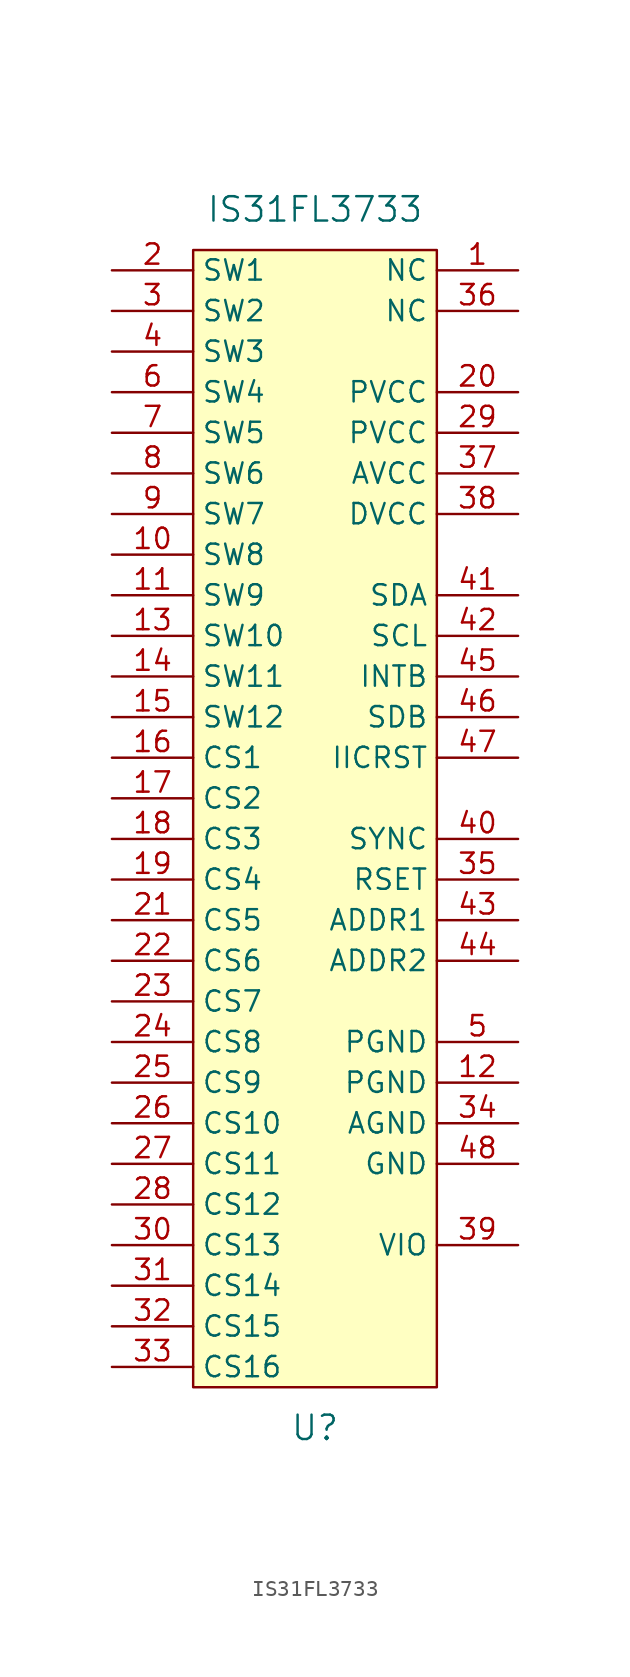
<source format=kicad_sym>
(kicad_symbol_lib
  (version 20200126)
  (host kicad_symbol_editor "(5.99.0-1933-g2401ed587)")
  (symbol "ck-parts:IS31FL3733"
    (property "Reference" "U"
      (at 0 -41.91 0)
      (effects (font (size 1.524 1.524))))
    (property "Value" "IS31FL3733"
      (at 0 34.29 0)
      (effects (font (size 1.524 1.524))))
    (symbol "IS31FL3733_0_1"
      (rectangle (start -7.62 31.75) (end 7.62 -39.37) (stroke (width 0)) (fill (type background))))
    (symbol "IS31FL3733_1_1"
      (pin input line (at 12.7 30.48 180) (length 5.08) (name "NC" (effects (font (size 1.27 1.27)))) (number "1" (effects (font (size 1.27 1.27)))))
      (pin input line (at -12.7 30.48 0) (length 5.08) (name "SW1" (effects (font (size 1.27 1.27)))) (number "2" (effects (font (size 1.27 1.27)))))
      (pin input line (at -12.7 27.94 0) (length 5.08) (name "SW2" (effects (font (size 1.27 1.27)))) (number "3" (effects (font (size 1.27 1.27)))))
      (pin input line (at -12.7 25.4 0) (length 5.08) (name "SW3" (effects (font (size 1.27 1.27)))) (number "4" (effects (font (size 1.27 1.27)))))
      (pin input line (at 12.7 -17.78 180) (length 5.08) (name "PGND" (effects (font (size 1.27 1.27)))) (number "5" (effects (font (size 1.27 1.27)))))
      (pin input line (at -12.7 22.86 0) (length 5.08) (name "SW4" (effects (font (size 1.27 1.27)))) (number "6" (effects (font (size 1.27 1.27)))))
      (pin input line (at -12.7 20.32 0) (length 5.08) (name "SW5" (effects (font (size 1.27 1.27)))) (number "7" (effects (font (size 1.27 1.27)))))
      (pin input line (at -12.7 17.78 0) (length 5.08) (name "SW6" (effects (font (size 1.27 1.27)))) (number "8" (effects (font (size 1.27 1.27)))))
      (pin input line (at -12.7 15.24 0) (length 5.08) (name "SW7" (effects (font (size 1.27 1.27)))) (number "9" (effects (font (size 1.27 1.27)))))
      (pin input line (at -12.7 12.7 0) (length 5.08) (name "SW8" (effects (font (size 1.27 1.27)))) (number "10" (effects (font (size 1.27 1.27)))))
      (pin input line (at 12.7 22.86 180) (length 5.08) (name "PVCC" (effects (font (size 1.27 1.27)))) (number "20" (effects (font (size 1.27 1.27)))))
      (pin input line (at -12.7 -30.48 0) (length 5.08) (name "CS13" (effects (font (size 1.27 1.27)))) (number "30" (effects (font (size 1.27 1.27)))))
      (pin input line (at 12.7 -5.08 180) (length 5.08) (name "SYNC" (effects (font (size 1.27 1.27)))) (number "40" (effects (font (size 1.27 1.27)))))
      (pin input line (at -12.7 10.16 0) (length 5.08) (name "SW9" (effects (font (size 1.27 1.27)))) (number "11" (effects (font (size 1.27 1.27)))))
      (pin input line (at -12.7 -10.16 0) (length 5.08) (name "CS5" (effects (font (size 1.27 1.27)))) (number "21" (effects (font (size 1.27 1.27)))))
      (pin input line (at -12.7 -33.02 0) (length 5.08) (name "CS14" (effects (font (size 1.27 1.27)))) (number "31" (effects (font (size 1.27 1.27)))))
      (pin input line (at 12.7 10.16 180) (length 5.08) (name "SDA" (effects (font (size 1.27 1.27)))) (number "41" (effects (font (size 1.27 1.27)))))
      (pin input line (at 12.7 -20.32 180) (length 5.08) (name "PGND" (effects (font (size 1.27 1.27)))) (number "12" (effects (font (size 1.27 1.27)))))
      (pin input line (at -12.7 -12.7 0) (length 5.08) (name "CS6" (effects (font (size 1.27 1.27)))) (number "22" (effects (font (size 1.27 1.27)))))
      (pin input line (at -12.7 -35.56 0) (length 5.08) (name "CS15" (effects (font (size 1.27 1.27)))) (number "32" (effects (font (size 1.27 1.27)))))
      (pin input line (at 12.7 7.62 180) (length 5.08) (name "SCL" (effects (font (size 1.27 1.27)))) (number "42" (effects (font (size 1.27 1.27)))))
      (pin input line (at -12.7 7.62 0) (length 5.08) (name "SW10" (effects (font (size 1.27 1.27)))) (number "13" (effects (font (size 1.27 1.27)))))
      (pin input line (at -12.7 -15.24 0) (length 5.08) (name "CS7" (effects (font (size 1.27 1.27)))) (number "23" (effects (font (size 1.27 1.27)))))
      (pin input line (at -12.7 -38.1 0) (length 5.08) (name "CS16" (effects (font (size 1.27 1.27)))) (number "33" (effects (font (size 1.27 1.27)))))
      (pin input line (at 12.7 -10.16 180) (length 5.08) (name "ADDR1" (effects (font (size 1.27 1.27)))) (number "43" (effects (font (size 1.27 1.27)))))
      (pin input line (at -12.7 5.08 0) (length 5.08) (name "SW11" (effects (font (size 1.27 1.27)))) (number "14" (effects (font (size 1.27 1.27)))))
      (pin input line (at -12.7 -17.78 0) (length 5.08) (name "CS8" (effects (font (size 1.27 1.27)))) (number "24" (effects (font (size 1.27 1.27)))))
      (pin input line (at 12.7 -22.86 180) (length 5.08) (name "AGND" (effects (font (size 1.27 1.27)))) (number "34" (effects (font (size 1.27 1.27)))))
      (pin input line (at 12.7 -12.7 180) (length 5.08) (name "ADDR2" (effects (font (size 1.27 1.27)))) (number "44" (effects (font (size 1.27 1.27)))))
      (pin input line (at -12.7 2.54 0) (length 5.08) (name "SW12" (effects (font (size 1.27 1.27)))) (number "15" (effects (font (size 1.27 1.27)))))
      (pin input line (at -12.7 -20.32 0) (length 5.08) (name "CS9" (effects (font (size 1.27 1.27)))) (number "25" (effects (font (size 1.27 1.27)))))
      (pin input line (at 12.7 -7.62 180) (length 5.08) (name "RSET" (effects (font (size 1.27 1.27)))) (number "35" (effects (font (size 1.27 1.27)))))
      (pin input line (at 12.7 5.08 180) (length 5.08) (name "INTB" (effects (font (size 1.27 1.27)))) (number "45" (effects (font (size 1.27 1.27)))))
      (pin input line (at -12.7 0 0) (length 5.08) (name "CS1" (effects (font (size 1.27 1.27)))) (number "16" (effects (font (size 1.27 1.27)))))
      (pin input line (at -12.7 -22.86 0) (length 5.08) (name "CS10" (effects (font (size 1.27 1.27)))) (number "26" (effects (font (size 1.27 1.27)))))
      (pin input line (at 12.7 27.94 180) (length 5.08) (name "NC" (effects (font (size 1.27 1.27)))) (number "36" (effects (font (size 1.27 1.27)))))
      (pin input line (at 12.7 2.54 180) (length 5.08) (name "SDB" (effects (font (size 1.27 1.27)))) (number "46" (effects (font (size 1.27 1.27)))))
      (pin input line (at -12.7 -2.54 0) (length 5.08) (name "CS2" (effects (font (size 1.27 1.27)))) (number "17" (effects (font (size 1.27 1.27)))))
      (pin input line (at -12.7 -25.4 0) (length 5.08) (name "CS11" (effects (font (size 1.27 1.27)))) (number "27" (effects (font (size 1.27 1.27)))))
      (pin input line (at 12.7 17.78 180) (length 5.08) (name "AVCC" (effects (font (size 1.27 1.27)))) (number "37" (effects (font (size 1.27 1.27)))))
      (pin input line (at 12.7 0 180) (length 5.08) (name "IICRST" (effects (font (size 1.27 1.27)))) (number "47" (effects (font (size 1.27 1.27)))))
      (pin input line (at -12.7 -5.08 0) (length 5.08) (name "CS3" (effects (font (size 1.27 1.27)))) (number "18" (effects (font (size 1.27 1.27)))))
      (pin input line (at -12.7 -27.94 0) (length 5.08) (name "CS12" (effects (font (size 1.27 1.27)))) (number "28" (effects (font (size 1.27 1.27)))))
      (pin input line (at 12.7 15.24 180) (length 5.08) (name "DVCC" (effects (font (size 1.27 1.27)))) (number "38" (effects (font (size 1.27 1.27)))))
      (pin input line (at 12.7 -25.4 180) (length 5.08) (name "GND" (effects (font (size 1.27 1.27)))) (number "48" (effects (font (size 1.27 1.27)))))
      (pin input line (at -12.7 -7.62 0) (length 5.08) (name "CS4" (effects (font (size 1.27 1.27)))) (number "19" (effects (font (size 1.27 1.27)))))
      (pin input line (at 12.7 20.32 180) (length 5.08) (name "PVCC" (effects (font (size 1.27 1.27)))) (number "29" (effects (font (size 1.27 1.27)))))
      (pin input line (at 12.7 -30.48 180) (length 5.08) (name "VIO" (effects (font (size 1.27 1.27)))) (number "39" (effects (font (size 1.27 1.27))))))))
</source>
